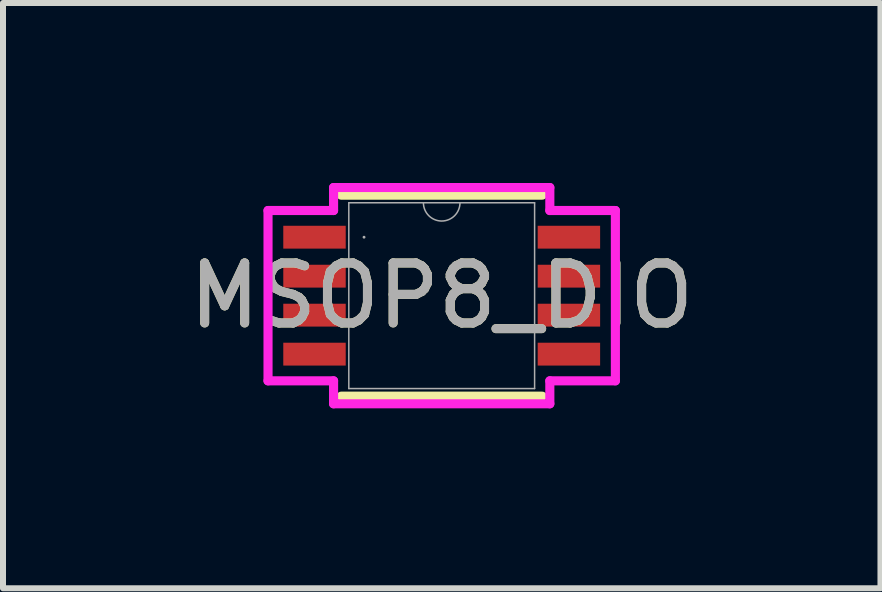
<source format=kicad_pcb>
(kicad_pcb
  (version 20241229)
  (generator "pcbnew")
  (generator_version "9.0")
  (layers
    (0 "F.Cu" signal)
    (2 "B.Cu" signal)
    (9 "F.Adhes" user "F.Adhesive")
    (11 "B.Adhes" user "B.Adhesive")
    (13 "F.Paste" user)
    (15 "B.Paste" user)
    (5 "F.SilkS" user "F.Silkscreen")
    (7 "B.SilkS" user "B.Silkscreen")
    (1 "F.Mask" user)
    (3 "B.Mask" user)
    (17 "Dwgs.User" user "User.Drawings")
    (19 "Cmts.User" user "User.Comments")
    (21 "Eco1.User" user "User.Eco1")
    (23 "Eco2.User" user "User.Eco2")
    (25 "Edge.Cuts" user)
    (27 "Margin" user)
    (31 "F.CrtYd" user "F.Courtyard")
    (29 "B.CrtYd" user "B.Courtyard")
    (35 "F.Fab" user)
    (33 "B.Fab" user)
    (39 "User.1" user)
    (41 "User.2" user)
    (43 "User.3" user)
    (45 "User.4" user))
  (footprint "MSOP8_DIO"
    (layer "F.Cu")
    (at 4.315 1.88)
    (property "Reference" "MSOP8_DIO" (at 0 0 0) (unlocked yes) (layer "F.SilkS") (effects (font (size 1 1) (thickness 0.15))))
    (attr smd)
    (fp_line (start -1.676 1.676) (end 1.676 1.676) (stroke (width 0.152) (type solid)) (layer "F.SilkS"))
    (fp_line (start 1.676 -1.676) (end -1.676 -1.676) (stroke (width 0.152) (type solid)) (layer "F.SilkS"))
    (fp_line (start -2.896 -1.42) (end -1.803 -1.42) (stroke (width 0.152) (type solid)) (layer "F.CrtYd"))
    (fp_line (start -2.896 1.42) (end -2.896 -1.42) (stroke (width 0.152) (type solid)) (layer "F.CrtYd"))
    (fp_line (start -2.896 1.42) (end -1.803 1.42) (stroke (width 0.152) (type solid)) (layer "F.CrtYd"))
    (fp_line (start -1.803 -1.803) (end 1.803 -1.803) (stroke (width 0.152) (type solid)) (layer "F.CrtYd"))
    (fp_line (start -1.803 -1.42) (end -1.803 -1.803) (stroke (width 0.152) (type solid)) (layer "F.CrtYd"))
    (fp_line (start -1.803 1.803) (end -1.803 1.42) (stroke (width 0.152) (type solid)) (layer "F.CrtYd"))
    (fp_line (start 1.803 -1.803) (end 1.803 -1.42) (stroke (width 0.152) (type solid)) (layer "F.CrtYd"))
    (fp_line (start 1.803 1.42) (end 1.803 1.803) (stroke (width 0.152) (type solid)) (layer "F.CrtYd"))
    (fp_line (start 1.803 1.803) (end -1.803 1.803) (stroke (width 0.152) (type solid)) (layer "F.CrtYd"))
    (fp_line (start 2.896 -1.42) (end 1.803 -1.42) (stroke (width 0.152) (type solid)) (layer "F.CrtYd"))
    (fp_line (start 2.896 -1.42) (end 2.896 1.42) (stroke (width 0.152) (type solid)) (layer "F.CrtYd"))
    (fp_line (start 2.896 1.42) (end 1.803 1.42) (stroke (width 0.152) (type solid)) (layer "F.CrtYd"))
    (fp_line (start -1.549 -1.549) (end -1.549 1.549) (stroke (width 0.025) (type solid)) (layer "F.Fab"))
    (fp_line (start -1.549 1.549) (end 1.549 1.549) (stroke (width 0.025) (type solid)) (layer "F.Fab"))
    (fp_line (start 1.549 -1.549) (end -1.549 -1.549) (stroke (width 0.025) (type solid)) (layer "F.Fab"))
    (fp_line (start 1.549 1.549) (end 1.549 -1.549) (stroke (width 0.025) (type solid)) (layer "F.Fab"))
    (fp_arc (start 0.3048 -1.5494) (mid 0 -1.2446) (end -0.3048 -1.5494) (stroke (width 0.0254) (type solid)) (layer "F.Fab"))
    (fp_circle (center -1.295 -0.975) (end -1.295 -0.975) (stroke (width 0.025) (type solid)) (fill no) (layer "F.Fab"))
    (fp_text user "${REFERENCE}" (at 0 0 0) (unlocked yes) (layer "F.Fab") (effects (font (size 1 1) (thickness 0.15))))
    (pad "1" smd rect (at -2.121 -0.975) (size 1.041 0.381) (layers "F.Cu" "F.Mask" "F.Paste"))
    (pad "2" smd rect (at -2.121 -0.325) (size 1.041 0.381) (layers "F.Cu" "F.Mask" "F.Paste"))
    (pad "3" smd rect (at -2.121 0.325) (size 1.041 0.381) (layers "F.Cu" "F.Mask" "F.Paste"))
    (pad "4" smd rect (at -2.121 0.975) (size 1.041 0.381) (layers "F.Cu" "F.Mask" "F.Paste"))
    (pad "5" smd rect (at 2.121 0.975) (size 1.041 0.381) (layers "F.Cu" "F.Mask" "F.Paste"))
    (pad "6" smd rect (at 2.121 0.325) (size 1.041 0.381) (layers "F.Cu" "F.Mask" "F.Paste"))
    (pad "7" smd rect (at 2.121 -0.325) (size 1.041 0.381) (layers "F.Cu" "F.Mask" "F.Paste"))
    (pad "8" smd rect (at 2.121 -0.975) (size 1.041 0.381) (layers "F.Cu" "F.Mask" "F.Paste")))
  (gr_rect
    (start -3 -3)
    (end 11.631 6.759)
    (stroke (width 0.1) (type default))
    (fill no)
    (layer "Edge.Cuts")))
</source>
